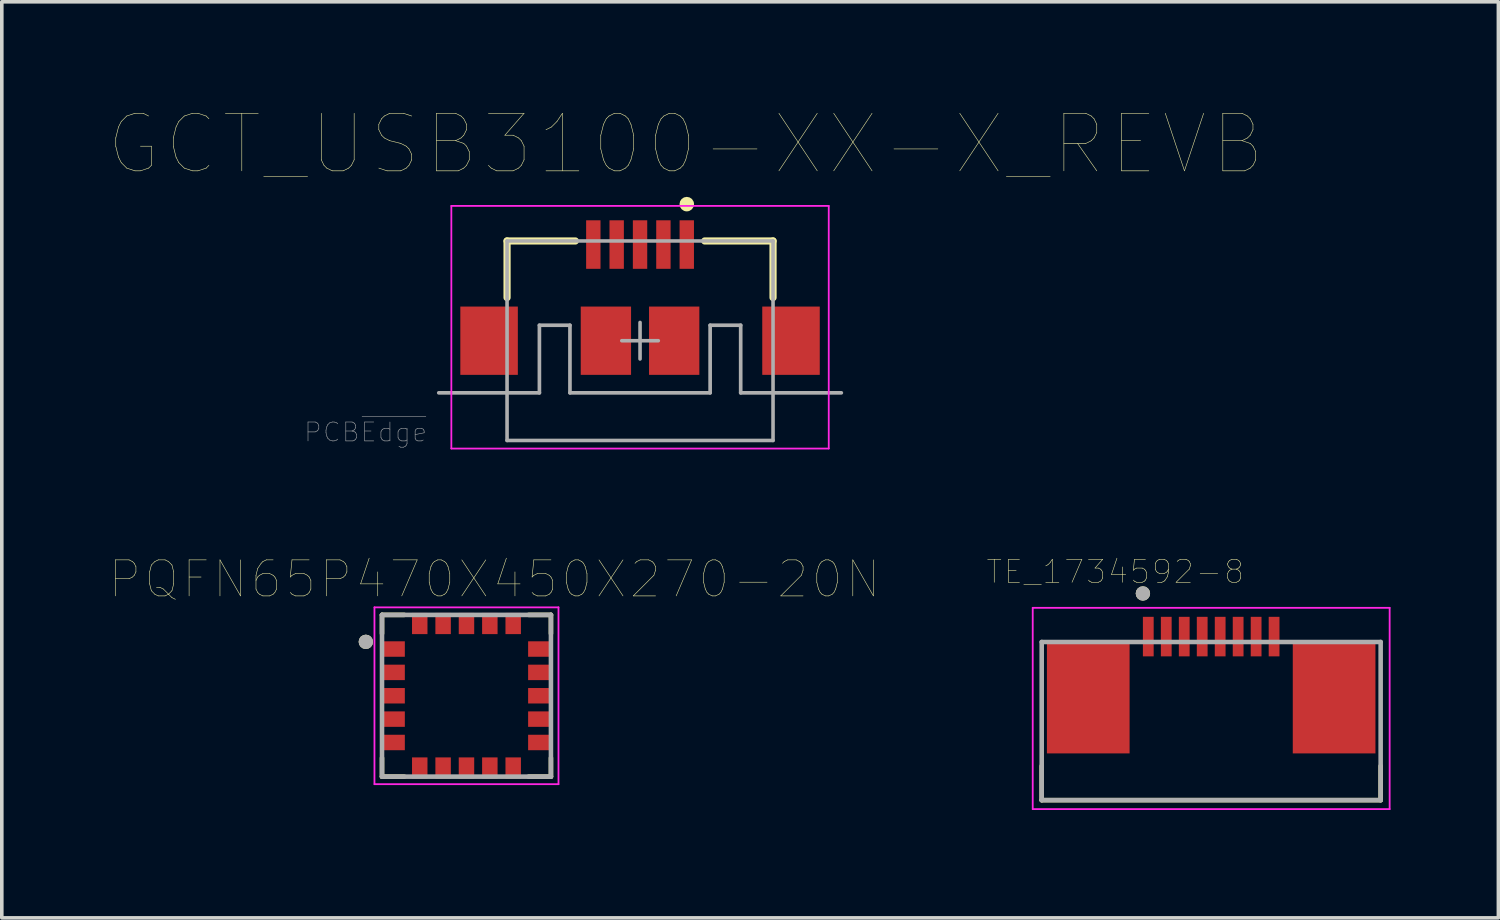
<source format=kicad_pcb>
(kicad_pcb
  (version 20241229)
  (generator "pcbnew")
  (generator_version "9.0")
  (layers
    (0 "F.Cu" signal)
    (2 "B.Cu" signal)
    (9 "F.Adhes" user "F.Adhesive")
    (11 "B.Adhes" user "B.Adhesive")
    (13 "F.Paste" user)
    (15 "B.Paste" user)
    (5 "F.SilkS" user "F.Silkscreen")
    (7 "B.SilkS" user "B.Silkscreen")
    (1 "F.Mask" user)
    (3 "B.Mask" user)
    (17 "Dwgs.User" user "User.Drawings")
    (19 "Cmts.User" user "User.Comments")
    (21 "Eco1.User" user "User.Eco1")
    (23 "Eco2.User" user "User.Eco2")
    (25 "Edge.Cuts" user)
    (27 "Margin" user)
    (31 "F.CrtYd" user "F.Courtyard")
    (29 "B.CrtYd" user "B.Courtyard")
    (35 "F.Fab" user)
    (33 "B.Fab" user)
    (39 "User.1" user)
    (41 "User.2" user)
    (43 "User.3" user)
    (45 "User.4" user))
  (footprint "PQFN65P470X450X270-20N"
    (layer "F.Cu")
    (at 9.928 16.307)
    (property "Reference" "PQFN65P470X450X270-20N" (at 0.776 -3.241 0) (layer "F.SilkS") (effects (font (size 1.002 1.002) (thickness 0.015))))
    (attr through_hole)
    (fp_line (start -2.35 -2.25) (end -1.73 -2.25) (stroke (width 0.127) (type solid)) (layer "F.SilkS"))
    (fp_line (start -2.35 -1.73) (end -2.35 -2.25) (stroke (width 0.127) (type solid)) (layer "F.SilkS"))
    (fp_line (start -2.35 2.25) (end -2.35 1.73) (stroke (width 0.127) (type solid)) (layer "F.SilkS"))
    (fp_line (start -1.73 2.25) (end -2.35 2.25) (stroke (width 0.127) (type solid)) (layer "F.SilkS"))
    (fp_line (start 1.73 -2.25) (end 2.35 -2.25) (stroke (width 0.127) (type solid)) (layer "F.SilkS"))
    (fp_line (start 2.35 -2.25) (end 2.35 -1.73) (stroke (width 0.127) (type solid)) (layer "F.SilkS"))
    (fp_line (start 2.35 1.73) (end 2.35 2.25) (stroke (width 0.127) (type solid)) (layer "F.SilkS"))
    (fp_line (start 2.35 2.25) (end 1.73 2.25) (stroke (width 0.127) (type solid)) (layer "F.SilkS"))
    (fp_circle (center -2.8 -1.5) (end -2.7 -1.5) (stroke (width 0.2) (type solid)) (fill no) (layer "F.SilkS"))
    (fp_line (start -2.56 -2.46) (end 2.56 -2.46) (stroke (width 0.05) (type solid)) (layer "F.CrtYd"))
    (fp_line (start -2.56 2.46) (end -2.56 -2.46) (stroke (width 0.05) (type solid)) (layer "F.CrtYd"))
    (fp_line (start 2.56 -2.46) (end 2.56 2.46) (stroke (width 0.05) (type solid)) (layer "F.CrtYd"))
    (fp_line (start 2.56 2.46) (end -2.56 2.46) (stroke (width 0.05) (type solid)) (layer "F.CrtYd"))
    (fp_line (start -2.35 -2.25) (end 2.35 -2.25) (stroke (width 0.127) (type solid)) (layer "F.Fab"))
    (fp_line (start -2.35 2.25) (end -2.35 -2.25) (stroke (width 0.127) (type solid)) (layer "F.Fab"))
    (fp_line (start 2.35 -2.25) (end 2.35 2.25) (stroke (width 0.127) (type solid)) (layer "F.Fab"))
    (fp_line (start 2.35 2.25) (end -2.35 2.25) (stroke (width 0.127) (type solid)) (layer "F.Fab"))
    (fp_circle (center -2.8 -1.5) (end -2.7 -1.5) (stroke (width 0.2) (type solid)) (fill no) (layer "F.Fab"))
    (pad "1" smd rect (at -2.01 -1.3) (size 0.59 0.43) (layers "F.Cu" "F.Mask" "F.Paste"))
    (pad "2" smd rect (at -2.01 -0.65) (size 0.59 0.43) (layers "F.Cu" "F.Mask" "F.Paste"))
    (pad "3" smd rect (at -2.01 0) (size 0.59 0.43) (layers "F.Cu" "F.Mask" "F.Paste"))
    (pad "4" smd rect (at -2.01 0.65) (size 0.59 0.43) (layers "F.Cu" "F.Mask" "F.Paste"))
    (pad "5" smd rect (at -2.01 1.3) (size 0.59 0.43) (layers "F.Cu" "F.Mask" "F.Paste"))
    (pad "6" smd rect (at -1.3 2.01) (size 0.43 0.59) (layers "F.Cu" "F.Mask" "F.Paste"))
    (pad "7" smd rect (at -0.65 2.01) (size 0.43 0.59) (layers "F.Cu" "F.Mask" "F.Paste"))
    (pad "8" smd rect (at 0 2.01) (size 0.43 0.59) (layers "F.Cu" "F.Mask" "F.Paste"))
    (pad "9" smd rect (at 0.65 2.01) (size 0.43 0.59) (layers "F.Cu" "F.Mask" "F.Paste"))
    (pad "10" smd rect (at 1.3 2.01) (size 0.43 0.59) (layers "F.Cu" "F.Mask" "F.Paste"))
    (pad "11" smd rect (at 2.01 1.3) (size 0.59 0.43) (layers "F.Cu" "F.Mask" "F.Paste"))
    (pad "12" smd rect (at 2.01 0.65) (size 0.59 0.43) (layers "F.Cu" "F.Mask" "F.Paste"))
    (pad "13" smd rect (at 2.01 0) (size 0.59 0.43) (layers "F.Cu" "F.Mask" "F.Paste"))
    (pad "14" smd rect (at 2.01 -0.65) (size 0.59 0.43) (layers "F.Cu" "F.Mask" "F.Paste"))
    (pad "15" smd rect (at 2.01 -1.3) (size 0.59 0.43) (layers "F.Cu" "F.Mask" "F.Paste"))
    (pad "16" smd rect (at 1.3 -2.01) (size 0.43 0.59) (layers "F.Cu" "F.Mask" "F.Paste"))
    (pad "17" smd rect (at 0.65 -2.01) (size 0.43 0.59) (layers "F.Cu" "F.Mask" "F.Paste"))
    (pad "18" smd rect (at 0 -2.01) (size 0.43 0.59) (layers "F.Cu" "F.Mask" "F.Paste"))
    (pad "19" smd rect (at -0.65 -2.01) (size 0.43 0.59) (layers "F.Cu" "F.Mask" "F.Paste"))
    (pad "20" smd rect (at -1.3 -2.01) (size 0.43 0.59) (layers "F.Cu" "F.Mask" "F.Paste")))
  (footprint "TE_1734592-8"
    (layer "F.Cu")
    (at 30.647 14.661)
    (property "Reference" "TE_1734592-8" (at -2.668 -1.806 0) (layer "F.SilkS") (effects (font (size 0.64 0.64) (thickness 0.015))))
    (attr through_hole)
    (fp_line (start -4.715 4.55) (end -4.715 3.6) (stroke (width 0.127) (type solid)) (layer "F.SilkS"))
    (fp_line (start -4.715 4.55) (end 4.715 4.55) (stroke (width 0.127) (type solid)) (layer "F.SilkS"))
    (fp_line (start 4.715 4.55) (end 4.715 3.6) (stroke (width 0.127) (type solid)) (layer "F.SilkS"))
    (fp_circle (center -1.9 -1.2) (end -1.8 -1.2) (stroke (width 0.2) (type solid)) (fill no) (layer "F.SilkS"))
    (fp_line (start -4.965 -0.8) (end -4.965 4.8) (stroke (width 0.05) (type solid)) (layer "F.CrtYd"))
    (fp_line (start -4.965 4.8) (end 4.965 4.8) (stroke (width 0.05) (type solid)) (layer "F.CrtYd"))
    (fp_line (start 4.965 -0.8) (end -4.965 -0.8) (stroke (width 0.05) (type solid)) (layer "F.CrtYd"))
    (fp_line (start 4.965 4.8) (end 4.965 -0.8) (stroke (width 0.05) (type solid)) (layer "F.CrtYd"))
    (fp_line (start -4.715 0.15) (end -4.715 4.55) (stroke (width 0.127) (type solid)) (layer "F.Fab"))
    (fp_line (start -4.715 4.55) (end 4.715 4.55) (stroke (width 0.127) (type solid)) (layer "F.Fab"))
    (fp_line (start 4.715 0.15) (end -4.715 0.15) (stroke (width 0.127) (type solid)) (layer "F.Fab"))
    (fp_line (start 4.715 4.55) (end 4.715 0.15) (stroke (width 0.127) (type solid)) (layer "F.Fab"))
    (fp_circle (center -1.9 -1.2) (end -1.8 -1.2) (stroke (width 0.2) (type solid)) (fill no) (layer "F.Fab"))
    (pad "1" smd rect (at -1.75 0) (size 0.3 1.1) (layers "F.Cu" "F.Mask" "F.Paste"))
    (pad "2" smd rect (at -1.25 0) (size 0.3 1.1) (layers "F.Cu" "F.Mask" "F.Paste"))
    (pad "3" smd rect (at -0.75 0) (size 0.3 1.1) (layers "F.Cu" "F.Mask" "F.Paste"))
    (pad "4" smd rect (at -0.25 0) (size 0.3 1.1) (layers "F.Cu" "F.Mask" "F.Paste"))
    (pad "5" smd rect (at 0.25 0) (size 0.3 1.1) (layers "F.Cu" "F.Mask" "F.Paste"))
    (pad "6" smd rect (at 0.75 0) (size 0.3 1.1) (layers "F.Cu" "F.Mask" "F.Paste"))
    (pad "7" smd rect (at 1.25 0) (size 0.3 1.1) (layers "F.Cu" "F.Mask" "F.Paste"))
    (pad "8" smd rect (at 1.75 0) (size 0.3 1.1) (layers "F.Cu" "F.Mask" "F.Paste"))
    (pad "S1" smd rect (at -3.42 1.7) (size 2.3 3.1) (layers "F.Cu" "F.Mask" "F.Paste"))
    (pad "S2" smd rect (at 3.42 1.7) (size 2.3 3.1) (layers "F.Cu" "F.Mask" "F.Paste")))
  (footprint "GCT_USB3100-XX-X_REVB"
    (layer "F.Cu")
    (at 14.757 6.429)
    (property "Reference" "GCT_USB3100-XX-X_REVB" (at 1.271 -5.466 0) (layer "F.SilkS") (effects (font (size 1.601 1.601) (thickness 0.015))))
    (attr through_hole)
    (fp_line (start -3.7 -2.775) (end -1.8 -2.775) (stroke (width 0.2) (type solid)) (layer "F.SilkS"))
    (fp_line (start -3.7 -1.2) (end -3.7 -2.775) (stroke (width 0.2) (type solid)) (layer "F.SilkS"))
    (fp_line (start 1.8 -2.775) (end 3.7 -2.775) (stroke (width 0.2) (type solid)) (layer "F.SilkS"))
    (fp_line (start 3.7 -1.2) (end 3.7 -2.775) (stroke (width 0.2) (type solid)) (layer "F.SilkS"))
    (fp_circle (center 1.3 -3.8) (end 1.402 -3.8) (stroke (width 0.2) (type solid)) (fill no) (layer "F.SilkS"))
    (fp_line (start -5.25 -3.75) (end 5.25 -3.75) (stroke (width 0.05) (type solid)) (layer "F.CrtYd"))
    (fp_line (start -5.25 3) (end -5.25 -3.75) (stroke (width 0.05) (type solid)) (layer "F.CrtYd"))
    (fp_line (start -5.25 3) (end 5.25 3) (stroke (width 0.05) (type solid)) (layer "F.CrtYd"))
    (fp_line (start 5.25 3) (end 5.25 -3.75) (stroke (width 0.05) (type solid)) (layer "F.CrtYd"))
    (fp_line (start -5.6 1.45) (end -2.8 1.45) (stroke (width 0.102) (type solid)) (layer "F.Fab"))
    (fp_line (start -3.7 -2.775) (end 3.7 -2.775) (stroke (width 0.1) (type solid)) (layer "F.Fab"))
    (fp_line (start -3.7 2.775) (end -3.7 -2.775) (stroke (width 0.1) (type solid)) (layer "F.Fab"))
    (fp_line (start -3.7 2.775) (end 3.7 2.775) (stroke (width 0.1) (type solid)) (layer "F.Fab"))
    (fp_line (start -2.8 -0.43) (end -1.95 -0.43) (stroke (width 0.102) (type solid)) (layer "F.Fab"))
    (fp_line (start -2.8 1.45) (end -2.8 -0.43) (stroke (width 0.102) (type solid)) (layer "F.Fab"))
    (fp_line (start -1.95 1.45) (end -1.95 -0.43) (stroke (width 0.102) (type solid)) (layer "F.Fab"))
    (fp_line (start -1.95 1.45) (end 1.95 1.45) (stroke (width 0.102) (type solid)) (layer "F.Fab"))
    (fp_line (start -0.508 0) (end 0.508 0) (stroke (width 0.1) (type solid)) (layer "F.Fab"))
    (fp_line (start 0 0.508) (end 0 -0.508) (stroke (width 0.1) (type solid)) (layer "F.Fab"))
    (fp_line (start 1.95 -0.43) (end 2.8 -0.43) (stroke (width 0.102) (type solid)) (layer "F.Fab"))
    (fp_line (start 1.95 1.45) (end 1.95 -0.43) (stroke (width 0.102) (type solid)) (layer "F.Fab"))
    (fp_line (start 2.8 1.45) (end 2.8 -0.43) (stroke (width 0.102) (type solid)) (layer "F.Fab"))
    (fp_line (start 2.8 1.45) (end 5.6 1.45) (stroke (width 0.102) (type solid)) (layer "F.Fab"))
    (fp_line (start 3.7 2.775) (end 3.7 -2.775) (stroke (width 0.1) (type solid)) (layer "F.Fab"))
    (fp_text user "PCB~{Edge}" (at -7.635 2.545 0) (layer "F.Fab") (effects (font (size 0.526 0.526) (thickness 0.015))))
    (pad "1" smd rect (at 1.3 -2.675) (size 0.4 1.35) (layers "F.Cu" "F.Mask" "F.Paste"))
    (pad "2" smd rect (at 0.65 -2.675) (size 0.4 1.35) (layers "F.Cu" "F.Mask" "F.Paste"))
    (pad "3" smd rect (at 0 -2.675) (size 0.4 1.35) (layers "F.Cu" "F.Mask" "F.Paste"))
    (pad "4" smd rect (at -0.65 -2.675) (size 0.4 1.35) (layers "F.Cu" "F.Mask" "F.Paste"))
    (pad "5" smd rect (at -1.3 -2.675) (size 0.4 1.35) (layers "F.Cu" "F.Mask" "F.Paste"))
    (pad "6" smd rect (at -0.95 0) (size 1.4 1.9) (layers "F.Cu" "F.Mask" "F.Paste"))
    (pad "7" smd rect (at 0.95 0) (size 1.4 1.9) (layers "F.Cu" "F.Mask" "F.Paste"))
    (pad "8" smd rect (at -4.2 0) (size 1.6 1.9) (layers "F.Cu" "F.Mask" "F.Paste"))
    (pad "9" smd rect (at 4.2 0) (size 1.6 1.9) (layers "F.Cu" "F.Mask" "F.Paste")))
  (gr_rect
    (start -3 -3)
    (end 38.637 22.486)
    (stroke (width 0.1) (type default))
    (fill no)
    (layer "Edge.Cuts")))
</source>
